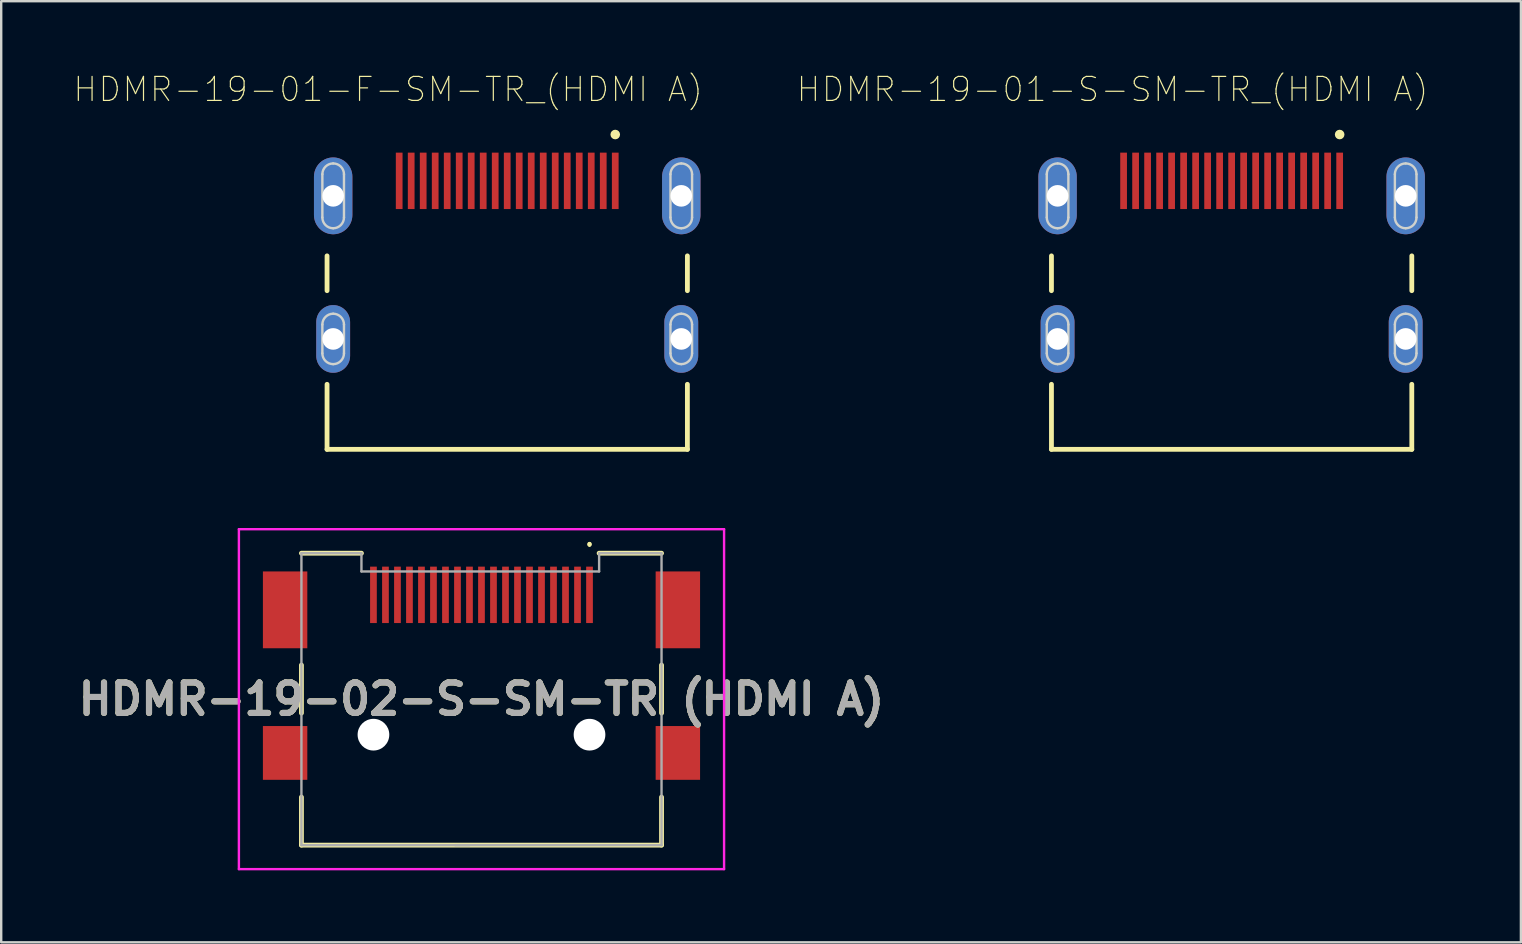
<source format=kicad_pcb>
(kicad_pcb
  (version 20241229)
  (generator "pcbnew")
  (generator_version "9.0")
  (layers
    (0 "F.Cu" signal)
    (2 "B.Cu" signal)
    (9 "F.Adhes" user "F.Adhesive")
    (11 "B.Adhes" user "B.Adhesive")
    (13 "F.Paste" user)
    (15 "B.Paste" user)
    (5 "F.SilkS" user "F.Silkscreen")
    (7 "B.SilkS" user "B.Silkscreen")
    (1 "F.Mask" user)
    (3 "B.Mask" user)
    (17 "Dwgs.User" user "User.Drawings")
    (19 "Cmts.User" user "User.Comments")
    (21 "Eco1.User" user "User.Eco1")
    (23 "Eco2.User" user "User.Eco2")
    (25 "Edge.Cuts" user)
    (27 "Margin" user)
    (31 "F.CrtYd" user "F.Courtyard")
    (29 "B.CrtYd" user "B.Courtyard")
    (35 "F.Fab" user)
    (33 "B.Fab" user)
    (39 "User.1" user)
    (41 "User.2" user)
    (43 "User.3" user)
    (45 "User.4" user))
  (footprint "HDMR-19-01-S-SM-TR_(HDMI A)"
    (layer "F.Cu")
    (at 48.253 10.308)
    (property "Reference" "HDMR-19-01-S-SM-TR_(HDMI A)" (at -4.96 -9.635 0) (layer "F.SilkS") (effects (font (size 1 1) (thickness 0.05))))
    (attr smd)
    (fp_line (start -7.505 -1.25) (end -7.505 -2.7) (stroke (width 0.2) (type solid)) (layer "F.SilkS"))
    (fp_line (start -7.505 2.65) (end -7.505 5.36) (stroke (width 0.2) (type solid)) (layer "F.SilkS"))
    (fp_line (start -7.505 5.36) (end 7.505 5.36) (stroke (width 0.2) (type solid)) (layer "F.SilkS"))
    (fp_line (start 7.505 -1.25) (end 7.505 -2.7) (stroke (width 0.2) (type solid)) (layer "F.SilkS"))
    (fp_line (start 7.505 5.36) (end 7.505 2.65) (stroke (width 0.2) (type solid)) (layer "F.SilkS"))
    (fp_circle (center 4.5 -7.754) (end 4.6 -7.754) (stroke (width 0.2) (type solid)) (fill no) (layer "F.SilkS"))
    (fp_poly (pts (xy -8.775 -7.23) (xy -5.725 -7.23) (xy -5.725 -3.17) (xy -8.775 -3.17)) (stroke (width 0.1) (type solid)) (fill no) (layer "F.Paste"))
    (fp_poly (pts (xy -8.57 -0.75) (xy -5.93 -0.75) (xy -5.93 2.27) (xy -8.57 2.27)) (stroke (width 0.1) (type solid)) (fill no) (layer "F.Paste"))
    (fp_poly (pts (xy 5.725 -7.23) (xy 8.775 -7.23) (xy 8.775 -3.17) (xy 5.725 -3.17)) (stroke (width 0.1) (type solid)) (fill no) (layer "F.Paste"))
    (fp_poly (pts (xy 5.93 -0.75) (xy 8.57 -0.75) (xy 8.57 2.27) (xy 5.93 2.27)) (stroke (width 0.1) (type solid)) (fill no) (layer "F.Paste"))
    (fp_line (start -9.025 -7.48) (end -9.025 5.61) (stroke (width 0.05) (type solid)) (layer "Eco1.User"))
    (fp_line (start -9.025 5.61) (end 9.025 5.61) (stroke (width 0.05) (type solid)) (layer "Eco1.User"))
    (fp_line (start 9.025 -7.48) (end -9.025 -7.48) (stroke (width 0.05) (type solid)) (layer "Eco1.User"))
    (fp_line (start 9.025 5.61) (end 9.025 -7.48) (stroke (width 0.05) (type solid)) (layer "Eco1.User"))
    (fp_line (start -7.505 -6.81) (end -7.505 5.36) (stroke (width 0.1) (type solid)) (layer "Eco2.User"))
    (fp_line (start -7.505 5.36) (end 7.505 5.36) (stroke (width 0.1) (type solid)) (layer "Eco2.User"))
    (fp_line (start 7.505 -6.81) (end -7.505 -6.81) (stroke (width 0.1) (type solid)) (layer "Eco2.User"))
    (fp_line (start 7.505 5.36) (end 7.505 -6.81) (stroke (width 0.1) (type solid)) (layer "Eco2.User"))
    (fp_circle (center 4.5 -7.754) (end 4.6 -7.754) (stroke (width 0.2) (type solid)) (fill no) (layer "Eco2.User"))
    (fp_line (start -7.7 -4.3) (end -7.7 -6.1) (stroke (width 0.1) (type solid)) (layer "Edge.Cuts"))
    (fp_line (start -7.7 1.36) (end -7.7 0.16) (stroke (width 0.1) (type solid)) (layer "Edge.Cuts"))
    (fp_line (start -6.8 -6.1) (end -6.8 -4.3) (stroke (width 0.1) (type solid)) (layer "Edge.Cuts"))
    (fp_line (start -6.8 0.16) (end -6.8 1.36) (stroke (width 0.1) (type solid)) (layer "Edge.Cuts"))
    (fp_line (start 6.8 -4.3) (end 6.8 -6.1) (stroke (width 0.1) (type solid)) (layer "Edge.Cuts"))
    (fp_line (start 6.8 1.36) (end 6.8 0.16) (stroke (width 0.1) (type solid)) (layer "Edge.Cuts"))
    (fp_line (start 7.7 -6.1) (end 7.7 -4.3) (stroke (width 0.1) (type solid)) (layer "Edge.Cuts"))
    (fp_line (start 7.7 0.16) (end 7.7 1.36) (stroke (width 0.1) (type solid)) (layer "Edge.Cuts"))
    (fp_arc (start -7.7 -6.1) (mid -7.568198 -6.418198) (end -7.25 -6.55) (stroke (width 0.1) (type solid)) (layer "Edge.Cuts"))
    (fp_arc (start -7.7 0.16) (mid -7.568198 -0.158198) (end -7.25 -0.29) (stroke (width 0.1) (type solid)) (layer "Edge.Cuts"))
    (fp_arc (start -7.25 -6.55) (mid -6.931802 -6.418198) (end -6.8 -6.1) (stroke (width 0.1) (type solid)) (layer "Edge.Cuts"))
    (fp_arc (start -7.25 -3.85) (mid -7.568198 -3.981802) (end -7.7 -4.3) (stroke (width 0.1) (type solid)) (layer "Edge.Cuts"))
    (fp_arc (start -7.25 -0.29) (mid -6.931802 -0.158198) (end -6.8 0.16) (stroke (width 0.1) (type solid)) (layer "Edge.Cuts"))
    (fp_arc (start -7.25 1.81) (mid -7.568198 1.678198) (end -7.7 1.36) (stroke (width 0.1) (type solid)) (layer "Edge.Cuts"))
    (fp_arc (start -6.8 -4.3) (mid -6.931802 -3.981802) (end -7.25 -3.85) (stroke (width 0.1) (type solid)) (layer "Edge.Cuts"))
    (fp_arc (start -6.8 1.36) (mid -6.931802 1.678198) (end -7.25 1.81) (stroke (width 0.1) (type solid)) (layer "Edge.Cuts"))
    (fp_arc (start 6.8 -6.1) (mid 6.931802 -6.418198) (end 7.25 -6.55) (stroke (width 0.1) (type solid)) (layer "Edge.Cuts"))
    (fp_arc (start 6.8 0.16) (mid 6.931802 -0.158198) (end 7.25 -0.29) (stroke (width 0.1) (type solid)) (layer "Edge.Cuts"))
    (fp_arc (start 7.25 -6.55) (mid 7.568198 -6.418198) (end 7.7 -6.1) (stroke (width 0.1) (type solid)) (layer "Edge.Cuts"))
    (fp_arc (start 7.25 -3.85) (mid 6.931802 -3.981802) (end 6.8 -4.3) (stroke (width 0.1) (type solid)) (layer "Edge.Cuts"))
    (fp_arc (start 7.25 -0.29) (mid 7.568198 -0.158198) (end 7.7 0.16) (stroke (width 0.1) (type solid)) (layer "Edge.Cuts"))
    (fp_arc (start 7.25 1.81) (mid 6.931802 1.678198) (end 6.8 1.36) (stroke (width 0.1) (type solid)) (layer "Edge.Cuts"))
    (fp_arc (start 7.7 -4.3) (mid 7.568198 -3.981802) (end 7.25 -3.85) (stroke (width 0.1) (type solid)) (layer "Edge.Cuts"))
    (fp_arc (start 7.7 1.36) (mid 7.568198 1.678198) (end 7.25 1.81) (stroke (width 0.1) (type solid)) (layer "Edge.Cuts"))
    (pad "01" smd rect (at 4.5 -5.825) (size 0.28 2.35) (layers "F.Cu" "F.Paste"))
    (pad "02" smd rect (at 4 -5.825) (size 0.28 2.35) (layers "F.Cu" "F.Paste"))
    (pad "03" smd rect (at 3.5 -5.825) (size 0.28 2.35) (layers "F.Cu" "F.Paste"))
    (pad "04" smd rect (at 3 -5.825) (size 0.28 2.35) (layers "F.Cu" "F.Paste"))
    (pad "05" smd rect (at 2.5 -5.825) (size 0.28 2.35) (layers "F.Cu" "F.Paste"))
    (pad "06" smd rect (at 2 -5.825) (size 0.28 2.35) (layers "F.Cu" "F.Paste"))
    (pad "07" smd rect (at 1.5 -5.825) (size 0.28 2.35) (layers "F.Cu" "F.Paste"))
    (pad "08" smd rect (at 1 -5.825) (size 0.28 2.35) (layers "F.Cu" "F.Paste"))
    (pad "09" smd rect (at 0.5 -5.825) (size 0.28 2.35) (layers "F.Cu" "F.Paste"))
    (pad "10" smd rect (at 0 -5.825) (size 0.28 2.35) (layers "F.Cu" "F.Paste"))
    (pad "11" smd rect (at -0.5 -5.825) (size 0.28 2.35) (layers "F.Cu" "F.Paste"))
    (pad "12" smd rect (at -1 -5.825) (size 0.28 2.35) (layers "F.Cu" "F.Paste"))
    (pad "13" smd rect (at -1.5 -5.825) (size 0.28 2.35) (layers "F.Cu" "F.Paste"))
    (pad "14" smd rect (at -2 -5.825) (size 0.28 2.35) (layers "F.Cu" "F.Paste"))
    (pad "15" smd rect (at -2.5 -5.825) (size 0.28 2.35) (layers "F.Cu" "F.Paste"))
    (pad "16" smd rect (at -3 -5.825) (size 0.28 2.35) (layers "F.Cu" "F.Paste"))
    (pad "17" smd rect (at -3.5 -5.825) (size 0.28 2.35) (layers "F.Cu" "F.Paste"))
    (pad "18" smd rect (at -4 -5.825) (size 0.28 2.35) (layers "F.Cu" "F.Paste"))
    (pad "19" smd rect (at -4.5 -5.825) (size 0.28 2.35) (layers "F.Cu" "F.Paste"))
    (pad "S1" thru_hole oval (at -7.25 -5.2 90) (size 3.2 1.6) (drill 0.9) (layers "*.Cu" "*.Mask"))
    (pad "S2" thru_hole oval (at 7.25 -5.2 90) (size 3.2 1.6) (drill 0.9) (layers "*.Cu" "*.Mask"))
    (pad "S3" thru_hole oval (at -7.25 0.76 90) (size 2.82 1.41) (drill 0.9) (layers "*.Cu" "*.Mask"))
    (pad "S4" thru_hole oval (at 7.25 0.76 90) (size 2.82 1.41) (drill 0.9) (layers "*.Cu" "*.Mask")))
  (footprint "HDMR-19-02-S-SM-TR (HDMI A)"
    (layer "F.Cu")
    (at 17.006 26.073)
    (property "Reference" "HDMR-19-02-S-SM-TR (HDMI A)" (at 0 0 0) (layer "F.SilkS") (effects (font (size 1.27 1.27) (thickness 0.254))))
    (attr through_hole)
    (fp_line (start -7.5 -1.42) (end -7.5 0.58) (stroke (width 0.2) (type solid)) (layer "F.SilkS"))
    (fp_line (start -7.5 4.08) (end -7.5 6.08) (stroke (width 0.2) (type solid)) (layer "F.SilkS"))
    (fp_line (start -7.5 6.08) (end 7.5 6.08) (stroke (width 0.2) (type solid)) (layer "F.SilkS"))
    (fp_line (start -5 -6.08) (end -7.5 -6.08) (stroke (width 0.2) (type solid)) (layer "F.SilkS"))
    (fp_line (start 4.5 -6.5) (end 4.5 -6.5) (stroke (width 0.1) (type solid)) (layer "F.SilkS"))
    (fp_line (start 4.5 -6.4) (end 4.5 -6.4) (stroke (width 0.1) (type solid)) (layer "F.SilkS"))
    (fp_line (start 4.9 -6.08) (end 7.5 -6.08) (stroke (width 0.2) (type solid)) (layer "F.SilkS"))
    (fp_line (start 7.5 0.58) (end 7.5 -1.42) (stroke (width 0.2) (type solid)) (layer "F.SilkS"))
    (fp_line (start 7.5 6.08) (end 7.5 4.08) (stroke (width 0.2) (type solid)) (layer "F.SilkS"))
    (fp_arc (start 4.5 -6.5) (mid 4.55 -6.45) (end 4.5 -6.4) (stroke (width 0.1) (type solid)) (layer "F.SilkS"))
    (fp_arc (start 4.5 -6.4) (mid 4.45 -6.45) (end 4.5 -6.5) (stroke (width 0.1) (type solid)) (layer "F.SilkS"))
    (fp_line (start -10.105 -7.08) (end 10.105 -7.08) (stroke (width 0.1) (type solid)) (layer "F.CrtYd"))
    (fp_line (start -10.105 7.08) (end -10.105 -7.08) (stroke (width 0.1) (type solid)) (layer "F.CrtYd"))
    (fp_line (start 10.105 -7.08) (end 10.105 7.08) (stroke (width 0.1) (type solid)) (layer "F.CrtYd"))
    (fp_line (start 10.105 7.08) (end -10.105 7.08) (stroke (width 0.1) (type solid)) (layer "F.CrtYd"))
    (fp_line (start -7.5 -6.08) (end -5 -6.08) (stroke (width 0.1) (type solid)) (layer "F.Fab"))
    (fp_line (start -7.5 6.08) (end -7.5 -6.08) (stroke (width 0.1) (type solid)) (layer "F.Fab"))
    (fp_line (start -5 -6.08) (end -5 -5.32) (stroke (width 0.1) (type solid)) (layer "F.Fab"))
    (fp_line (start -5 -5.32) (end 4.9 -5.32) (stroke (width 0.1) (type solid)) (layer "F.Fab"))
    (fp_line (start -0.5 6.08) (end -7.5 6.08) (stroke (width 0.1) (type solid)) (layer "F.Fab"))
    (fp_line (start 4.9 -6.08) (end 7.5 -6.08) (stroke (width 0.1) (type solid)) (layer "F.Fab"))
    (fp_line (start 4.9 -5.32) (end 4.9 -6.08) (stroke (width 0.1) (type solid)) (layer "F.Fab"))
    (fp_line (start 7.5 -6.08) (end 7.5 6.08) (stroke (width 0.1) (type solid)) (layer "F.Fab"))
    (fp_line (start 7.5 6.08) (end -1.1 6.08) (stroke (width 0.1) (type solid)) (layer "F.Fab"))
    (fp_text user "${REFERENCE}" (at 0 0 0) (layer "F.Fab") (effects (font (size 1.27 1.27) (thickness 0.254))))
    (pad "" np_thru_hole circle (at -4.5 1.48) (size 1.32 1.32) (drill 1.32) (layers "*.Cu" "*.Mask"))
    (pad "" np_thru_hole circle (at 4.5 1.48) (size 1.32 1.32) (drill 1.32) (layers "*.Cu" "*.Mask"))
    (pad "1" smd rect (at 4.5 -4.345) (size 0.28 2.35) (layers "F.Cu" "F.Mask" "F.Paste"))
    (pad "2" smd rect (at 4 -4.345) (size 0.28 2.35) (layers "F.Cu" "F.Mask" "F.Paste"))
    (pad "3" smd rect (at 3.5 -4.345) (size 0.28 2.35) (layers "F.Cu" "F.Mask" "F.Paste"))
    (pad "4" smd rect (at 3 -4.345) (size 0.28 2.35) (layers "F.Cu" "F.Mask" "F.Paste"))
    (pad "5" smd rect (at 2.5 -4.345) (size 0.28 2.35) (layers "F.Cu" "F.Mask" "F.Paste"))
    (pad "6" smd rect (at 2 -4.345) (size 0.28 2.35) (layers "F.Cu" "F.Mask" "F.Paste"))
    (pad "7" smd rect (at 1.5 -4.345) (size 0.28 2.35) (layers "F.Cu" "F.Mask" "F.Paste"))
    (pad "8" smd rect (at 1 -4.345) (size 0.28 2.35) (layers "F.Cu" "F.Mask" "F.Paste"))
    (pad "9" smd rect (at 0.5 -4.345) (size 0.28 2.35) (layers "F.Cu" "F.Mask" "F.Paste"))
    (pad "10" smd rect (at 0 -4.345) (size 0.28 2.35) (layers "F.Cu" "F.Mask" "F.Paste"))
    (pad "11" smd rect (at -0.5 -4.345) (size 0.28 2.35) (layers "F.Cu" "F.Mask" "F.Paste"))
    (pad "12" smd rect (at -1 -4.345) (size 0.28 2.35) (layers "F.Cu" "F.Mask" "F.Paste"))
    (pad "13" smd rect (at -1.5 -4.345) (size 0.28 2.35) (layers "F.Cu" "F.Mask" "F.Paste"))
    (pad "14" smd rect (at -2 -4.345) (size 0.28 2.35) (layers "F.Cu" "F.Mask" "F.Paste"))
    (pad "15" smd rect (at -2.5 -4.345) (size 0.28 2.35) (layers "F.Cu" "F.Mask" "F.Paste"))
    (pad "16" smd rect (at -3 -4.345) (size 0.28 2.35) (layers "F.Cu" "F.Mask" "F.Paste"))
    (pad "17" smd rect (at -3.5 -4.345) (size 0.28 2.35) (layers "F.Cu" "F.Mask" "F.Paste"))
    (pad "18" smd rect (at -4 -4.345) (size 0.28 2.35) (layers "F.Cu" "F.Mask" "F.Paste"))
    (pad "19" smd rect (at -4.5 -4.345) (size 0.28 2.35) (layers "F.Cu" "F.Mask" "F.Paste"))
    (pad "20" smd rect (at 8.18 -3.72) (size 1.85 3.2) (layers "F.Cu" "F.Mask" "F.Paste"))
    (pad "21" smd rect (at -8.18 -3.72) (size 1.85 3.2) (layers "F.Cu" "F.Mask" "F.Paste"))
    (pad "22" smd rect (at 8.18 2.24) (size 1.85 2.24) (layers "F.Cu" "F.Mask" "F.Paste"))
    (pad "23" smd rect (at -8.18 2.24) (size 1.85 2.24) (layers "F.Cu" "F.Mask" "F.Paste")))
  (footprint "HDMR-19-01-F-SM-TR_(HDMI A)"
    (layer "F.Cu")
    (at 18.078 10.308)
    (property "Reference" "HDMR-19-01-F-SM-TR_(HDMI A)" (at -4.96 -9.635 0) (layer "F.SilkS") (effects (font (size 1 1) (thickness 0.05))))
    (attr smd)
    (fp_line (start -7.505 -1.25) (end -7.505 -2.7) (stroke (width 0.2) (type solid)) (layer "F.SilkS"))
    (fp_line (start -7.505 2.65) (end -7.505 5.36) (stroke (width 0.2) (type solid)) (layer "F.SilkS"))
    (fp_line (start -7.505 5.36) (end 7.505 5.36) (stroke (width 0.2) (type solid)) (layer "F.SilkS"))
    (fp_line (start 7.505 -1.25) (end 7.505 -2.7) (stroke (width 0.2) (type solid)) (layer "F.SilkS"))
    (fp_line (start 7.505 5.36) (end 7.505 2.65) (stroke (width 0.2) (type solid)) (layer "F.SilkS"))
    (fp_circle (center 4.5 -7.754) (end 4.6 -7.754) (stroke (width 0.2) (type solid)) (fill no) (layer "F.SilkS"))
    (fp_poly (pts (xy -8.775 -7.23) (xy -5.725 -7.23) (xy -5.725 -3.17) (xy -8.775 -3.17)) (stroke (width 0.1) (type solid)) (fill no) (layer "F.Paste"))
    (fp_poly (pts (xy -8.57 -0.75) (xy -5.93 -0.75) (xy -5.93 2.27) (xy -8.57 2.27)) (stroke (width 0.1) (type solid)) (fill no) (layer "F.Paste"))
    (fp_poly (pts (xy 5.725 -7.23) (xy 8.775 -7.23) (xy 8.775 -3.17) (xy 5.725 -3.17)) (stroke (width 0.1) (type solid)) (fill no) (layer "F.Paste"))
    (fp_poly (pts (xy 5.93 -0.75) (xy 8.57 -0.75) (xy 8.57 2.27) (xy 5.93 2.27)) (stroke (width 0.1) (type solid)) (fill no) (layer "F.Paste"))
    (fp_line (start -9.025 -7.48) (end -9.025 5.61) (stroke (width 0.05) (type solid)) (layer "Eco1.User"))
    (fp_line (start -9.025 5.61) (end 9.025 5.61) (stroke (width 0.05) (type solid)) (layer "Eco1.User"))
    (fp_line (start 9.025 -7.48) (end -9.025 -7.48) (stroke (width 0.05) (type solid)) (layer "Eco1.User"))
    (fp_line (start 9.025 5.61) (end 9.025 -7.48) (stroke (width 0.05) (type solid)) (layer "Eco1.User"))
    (fp_line (start -7.505 -6.81) (end -7.505 5.36) (stroke (width 0.1) (type solid)) (layer "Eco2.User"))
    (fp_line (start -7.505 5.36) (end 7.505 5.36) (stroke (width 0.1) (type solid)) (layer "Eco2.User"))
    (fp_line (start 7.505 -6.81) (end -7.505 -6.81) (stroke (width 0.1) (type solid)) (layer "Eco2.User"))
    (fp_line (start 7.505 5.36) (end 7.505 -6.81) (stroke (width 0.1) (type solid)) (layer "Eco2.User"))
    (fp_circle (center 4.5 -7.754) (end 4.6 -7.754) (stroke (width 0.2) (type solid)) (fill no) (layer "Eco2.User"))
    (fp_line (start -7.7 -4.3) (end -7.7 -6.1) (stroke (width 0.1) (type solid)) (layer "Edge.Cuts"))
    (fp_line (start -7.7 1.36) (end -7.7 0.16) (stroke (width 0.1) (type solid)) (layer "Edge.Cuts"))
    (fp_line (start -6.8 -6.1) (end -6.8 -4.3) (stroke (width 0.1) (type solid)) (layer "Edge.Cuts"))
    (fp_line (start -6.8 0.16) (end -6.8 1.36) (stroke (width 0.1) (type solid)) (layer "Edge.Cuts"))
    (fp_line (start 6.8 -4.3) (end 6.8 -6.1) (stroke (width 0.1) (type solid)) (layer "Edge.Cuts"))
    (fp_line (start 6.8 1.36) (end 6.8 0.16) (stroke (width 0.1) (type solid)) (layer "Edge.Cuts"))
    (fp_line (start 7.7 -6.1) (end 7.7 -4.3) (stroke (width 0.1) (type solid)) (layer "Edge.Cuts"))
    (fp_line (start 7.7 0.16) (end 7.7 1.36) (stroke (width 0.1) (type solid)) (layer "Edge.Cuts"))
    (fp_arc (start -7.7 -6.1) (mid -7.568198 -6.418198) (end -7.25 -6.55) (stroke (width 0.1) (type solid)) (layer "Edge.Cuts"))
    (fp_arc (start -7.7 0.16) (mid -7.568198 -0.158198) (end -7.25 -0.29) (stroke (width 0.1) (type solid)) (layer "Edge.Cuts"))
    (fp_arc (start -7.25 -6.55) (mid -6.931802 -6.418198) (end -6.8 -6.1) (stroke (width 0.1) (type solid)) (layer "Edge.Cuts"))
    (fp_arc (start -7.25 -3.85) (mid -7.568198 -3.981802) (end -7.7 -4.3) (stroke (width 0.1) (type solid)) (layer "Edge.Cuts"))
    (fp_arc (start -7.25 -0.29) (mid -6.931802 -0.158198) (end -6.8 0.16) (stroke (width 0.1) (type solid)) (layer "Edge.Cuts"))
    (fp_arc (start -7.25 1.81) (mid -7.568198 1.678198) (end -7.7 1.36) (stroke (width 0.1) (type solid)) (layer "Edge.Cuts"))
    (fp_arc (start -6.8 -4.3) (mid -6.931802 -3.981802) (end -7.25 -3.85) (stroke (width 0.1) (type solid)) (layer "Edge.Cuts"))
    (fp_arc (start -6.8 1.36) (mid -6.931802 1.678198) (end -7.25 1.81) (stroke (width 0.1) (type solid)) (layer "Edge.Cuts"))
    (fp_arc (start 6.8 -6.1) (mid 6.931802 -6.418198) (end 7.25 -6.55) (stroke (width 0.1) (type solid)) (layer "Edge.Cuts"))
    (fp_arc (start 6.8 0.16) (mid 6.931802 -0.158198) (end 7.25 -0.29) (stroke (width 0.1) (type solid)) (layer "Edge.Cuts"))
    (fp_arc (start 7.25 -6.55) (mid 7.568198 -6.418198) (end 7.7 -6.1) (stroke (width 0.1) (type solid)) (layer "Edge.Cuts"))
    (fp_arc (start 7.25 -3.85) (mid 6.931802 -3.981802) (end 6.8 -4.3) (stroke (width 0.1) (type solid)) (layer "Edge.Cuts"))
    (fp_arc (start 7.25 -0.29) (mid 7.568198 -0.158198) (end 7.7 0.16) (stroke (width 0.1) (type solid)) (layer "Edge.Cuts"))
    (fp_arc (start 7.25 1.81) (mid 6.931802 1.678198) (end 6.8 1.36) (stroke (width 0.1) (type solid)) (layer "Edge.Cuts"))
    (fp_arc (start 7.7 -4.3) (mid 7.568198 -3.981802) (end 7.25 -3.85) (stroke (width 0.1) (type solid)) (layer "Edge.Cuts"))
    (fp_arc (start 7.7 1.36) (mid 7.568198 1.678198) (end 7.25 1.81) (stroke (width 0.1) (type solid)) (layer "Edge.Cuts"))
    (pad "01" smd rect (at 4.5 -5.825) (size 0.28 2.35) (layers "F.Cu" "F.Paste"))
    (pad "02" smd rect (at 4 -5.825) (size 0.28 2.35) (layers "F.Cu" "F.Paste"))
    (pad "03" smd rect (at 3.5 -5.825) (size 0.28 2.35) (layers "F.Cu" "F.Paste"))
    (pad "04" smd rect (at 3 -5.825) (size 0.28 2.35) (layers "F.Cu" "F.Paste"))
    (pad "05" smd rect (at 2.5 -5.825) (size 0.28 2.35) (layers "F.Cu" "F.Paste"))
    (pad "06" smd rect (at 2 -5.825) (size 0.28 2.35) (layers "F.Cu" "F.Paste"))
    (pad "07" smd rect (at 1.5 -5.825) (size 0.28 2.35) (layers "F.Cu" "F.Paste"))
    (pad "08" smd rect (at 1 -5.825) (size 0.28 2.35) (layers "F.Cu" "F.Paste"))
    (pad "09" smd rect (at 0.5 -5.825) (size 0.28 2.35) (layers "F.Cu" "F.Paste"))
    (pad "10" smd rect (at 0 -5.825) (size 0.28 2.35) (layers "F.Cu" "F.Paste"))
    (pad "11" smd rect (at -0.5 -5.825) (size 0.28 2.35) (layers "F.Cu" "F.Paste"))
    (pad "12" smd rect (at -1 -5.825) (size 0.28 2.35) (layers "F.Cu" "F.Paste"))
    (pad "13" smd rect (at -1.5 -5.825) (size 0.28 2.35) (layers "F.Cu" "F.Paste"))
    (pad "14" smd rect (at -2 -5.825) (size 0.28 2.35) (layers "F.Cu" "F.Paste"))
    (pad "15" smd rect (at -2.5 -5.825) (size 0.28 2.35) (layers "F.Cu" "F.Paste"))
    (pad "16" smd rect (at -3 -5.825) (size 0.28 2.35) (layers "F.Cu" "F.Paste"))
    (pad "17" smd rect (at -3.5 -5.825) (size 0.28 2.35) (layers "F.Cu" "F.Paste"))
    (pad "18" smd rect (at -4 -5.825) (size 0.28 2.35) (layers "F.Cu" "F.Paste"))
    (pad "19" smd rect (at -4.5 -5.825) (size 0.28 2.35) (layers "F.Cu" "F.Paste"))
    (pad "S1" thru_hole oval (at -7.25 -5.2 90) (size 3.2 1.6) (drill 0.9) (layers "*.Cu" "*.Mask"))
    (pad "S2" thru_hole oval (at 7.25 -5.2 90) (size 3.2 1.6) (drill 0.9) (layers "*.Cu" "*.Mask"))
    (pad "S3" thru_hole oval (at -7.25 0.76 90) (size 2.82 1.41) (drill 0.9) (layers "*.Cu" "*.Mask"))
    (pad "S4" thru_hole oval (at 7.25 0.76 90) (size 2.82 1.41) (drill 0.9) (layers "*.Cu" "*.Mask")))
  (gr_rect
    (start -3 -3)
    (end 60.303 36.203)
    (stroke (width 0.1) (type default))
    (fill no)
    (layer "Edge.Cuts")))
</source>
